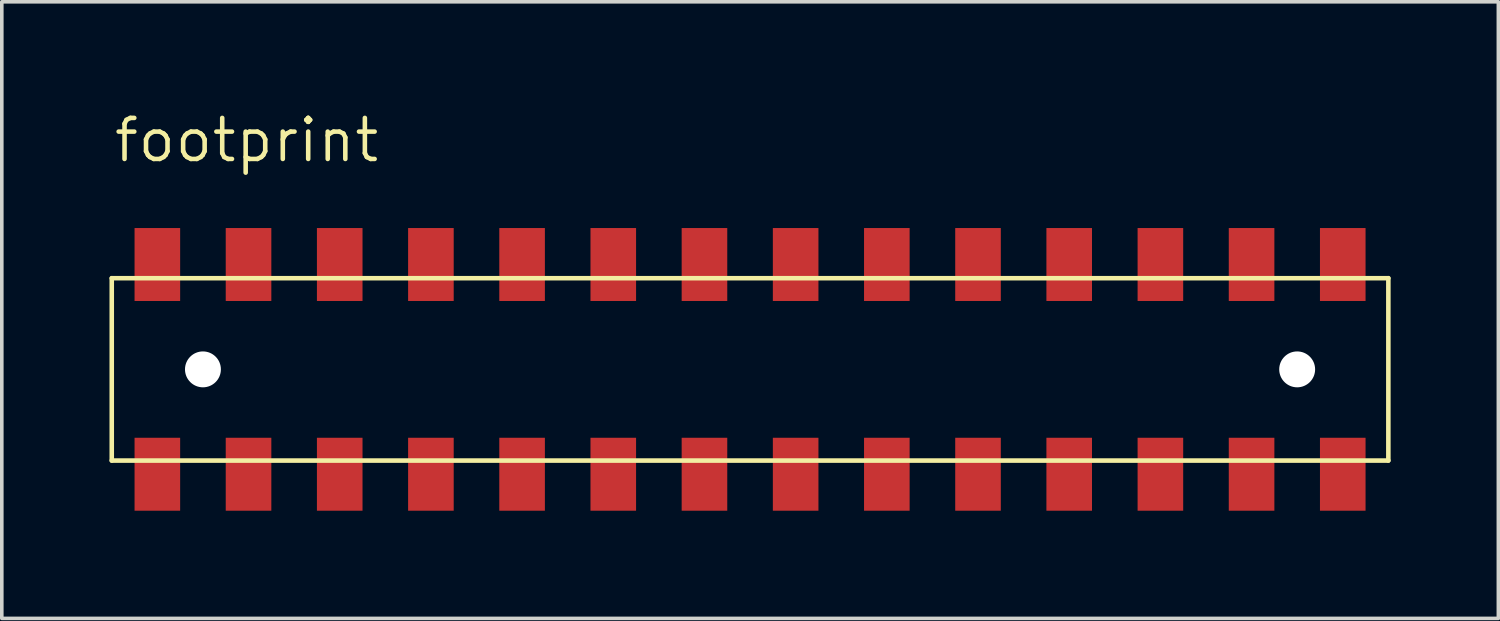
<source format=kicad_pcb>
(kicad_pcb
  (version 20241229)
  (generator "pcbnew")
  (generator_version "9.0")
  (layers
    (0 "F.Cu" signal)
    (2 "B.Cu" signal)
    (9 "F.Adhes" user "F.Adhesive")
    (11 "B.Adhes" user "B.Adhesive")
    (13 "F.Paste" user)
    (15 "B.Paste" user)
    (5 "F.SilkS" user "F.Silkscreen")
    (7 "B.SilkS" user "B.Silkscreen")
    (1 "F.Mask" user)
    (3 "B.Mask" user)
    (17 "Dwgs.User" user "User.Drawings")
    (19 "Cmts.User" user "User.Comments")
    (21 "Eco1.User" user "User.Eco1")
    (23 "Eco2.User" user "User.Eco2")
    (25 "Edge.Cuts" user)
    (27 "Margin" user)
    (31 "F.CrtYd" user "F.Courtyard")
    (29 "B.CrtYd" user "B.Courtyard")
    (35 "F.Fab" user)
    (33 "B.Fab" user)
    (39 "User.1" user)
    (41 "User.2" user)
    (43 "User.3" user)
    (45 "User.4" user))
  (footprint "footprint"
    (layer "F.Cu")
    (at 17.843 7.239)
    (property "Reference" "footprint" (at -17.78 -5.715 0) (layer "F.SilkS") (effects (font (size 1.143 1.143) (thickness 0.127)) (justify left bottom)))
    (fp_line (start -17.78 -2.54) (end 17.78 -2.54) (stroke (width 0.127) (type solid)) (layer "F.SilkS"))
    (fp_line (start -17.78 2.54) (end -17.78 -2.54) (stroke (width 0.127) (type solid)) (layer "F.SilkS"))
    (fp_line (start 17.78 -2.54) (end 17.78 2.54) (stroke (width 0.127) (type solid)) (layer "F.SilkS"))
    (fp_line (start 17.78 2.54) (end -17.78 2.54) (stroke (width 0.127) (type solid)) (layer "F.SilkS"))
    (pad "" np_thru_hole circle (at -15.24 0) (size 1 1) (drill 1) (layers "*.Cu" "*.Mask"))
    (pad "" np_thru_hole circle (at 15.24 0) (size 1 1) (drill 1) (layers "*.Cu" "*.Mask"))
    (pad "1" smd rect (at -16.51 2.921 180) (size 1.27 2.032) (layers "F.Cu" "F.Mask" "F.Paste"))
    (pad "2" smd rect (at -16.51 -2.921) (size 1.27 2.032) (layers "F.Cu" "F.Mask" "F.Paste"))
    (pad "3" smd rect (at -13.97 2.921 180) (size 1.27 2.032) (layers "F.Cu" "F.Mask" "F.Paste"))
    (pad "4" smd rect (at -13.97 -2.921) (size 1.27 2.032) (layers "F.Cu" "F.Mask" "F.Paste"))
    (pad "5" smd rect (at -11.43 2.921 180) (size 1.27 2.032) (layers "F.Cu" "F.Mask" "F.Paste"))
    (pad "6" smd rect (at -11.43 -2.921) (size 1.27 2.032) (layers "F.Cu" "F.Mask" "F.Paste"))
    (pad "7" smd rect (at -8.89 2.921 180) (size 1.27 2.032) (layers "F.Cu" "F.Mask" "F.Paste"))
    (pad "8" smd rect (at -8.89 -2.921) (size 1.27 2.032) (layers "F.Cu" "F.Mask" "F.Paste"))
    (pad "9" smd rect (at -6.35 2.921 180) (size 1.27 2.032) (layers "F.Cu" "F.Mask" "F.Paste"))
    (pad "10" smd rect (at -6.35 -2.921) (size 1.27 2.032) (layers "F.Cu" "F.Mask" "F.Paste"))
    (pad "11" smd rect (at -3.81 2.921 180) (size 1.27 2.032) (layers "F.Cu" "F.Mask" "F.Paste"))
    (pad "12" smd rect (at -3.81 -2.921) (size 1.27 2.032) (layers "F.Cu" "F.Mask" "F.Paste"))
    (pad "13" smd rect (at -1.27 2.921 180) (size 1.27 2.032) (layers "F.Cu" "F.Mask" "F.Paste"))
    (pad "14" smd rect (at -1.27 -2.921) (size 1.27 2.032) (layers "F.Cu" "F.Mask" "F.Paste"))
    (pad "15" smd rect (at 1.27 2.921 180) (size 1.27 2.032) (layers "F.Cu" "F.Mask" "F.Paste"))
    (pad "16" smd rect (at 1.27 -2.921) (size 1.27 2.032) (layers "F.Cu" "F.Mask" "F.Paste"))
    (pad "17" smd rect (at 3.81 2.921 180) (size 1.27 2.032) (layers "F.Cu" "F.Mask" "F.Paste"))
    (pad "18" smd rect (at 3.81 -2.921) (size 1.27 2.032) (layers "F.Cu" "F.Mask" "F.Paste"))
    (pad "19" smd rect (at 6.35 2.921 180) (size 1.27 2.032) (layers "F.Cu" "F.Mask" "F.Paste"))
    (pad "20" smd rect (at 6.35 -2.921) (size 1.27 2.032) (layers "F.Cu" "F.Mask" "F.Paste"))
    (pad "21" smd rect (at 8.89 2.921 180) (size 1.27 2.032) (layers "F.Cu" "F.Mask" "F.Paste"))
    (pad "22" smd rect (at 8.89 -2.921) (size 1.27 2.032) (layers "F.Cu" "F.Mask" "F.Paste"))
    (pad "23" smd rect (at 11.43 2.921 180) (size 1.27 2.032) (layers "F.Cu" "F.Mask" "F.Paste"))
    (pad "24" smd rect (at 11.43 -2.921) (size 1.27 2.032) (layers "F.Cu" "F.Mask" "F.Paste"))
    (pad "25" smd rect (at 13.97 2.921 180) (size 1.27 2.032) (layers "F.Cu" "F.Mask" "F.Paste"))
    (pad "26" smd rect (at 13.97 -2.921) (size 1.27 2.032) (layers "F.Cu" "F.Mask" "F.Paste"))
    (pad "27" smd rect (at 16.51 2.921 180) (size 1.27 2.032) (layers "F.Cu" "F.Mask" "F.Paste"))
    (pad "28" smd rect (at 16.51 -2.921) (size 1.27 2.032) (layers "F.Cu" "F.Mask" "F.Paste")))
  (gr_rect
    (start -3 -3)
    (end 38.687 14.176)
    (stroke (width 0.1) (type default))
    (fill no)
    (layer "Edge.Cuts")))
</source>
